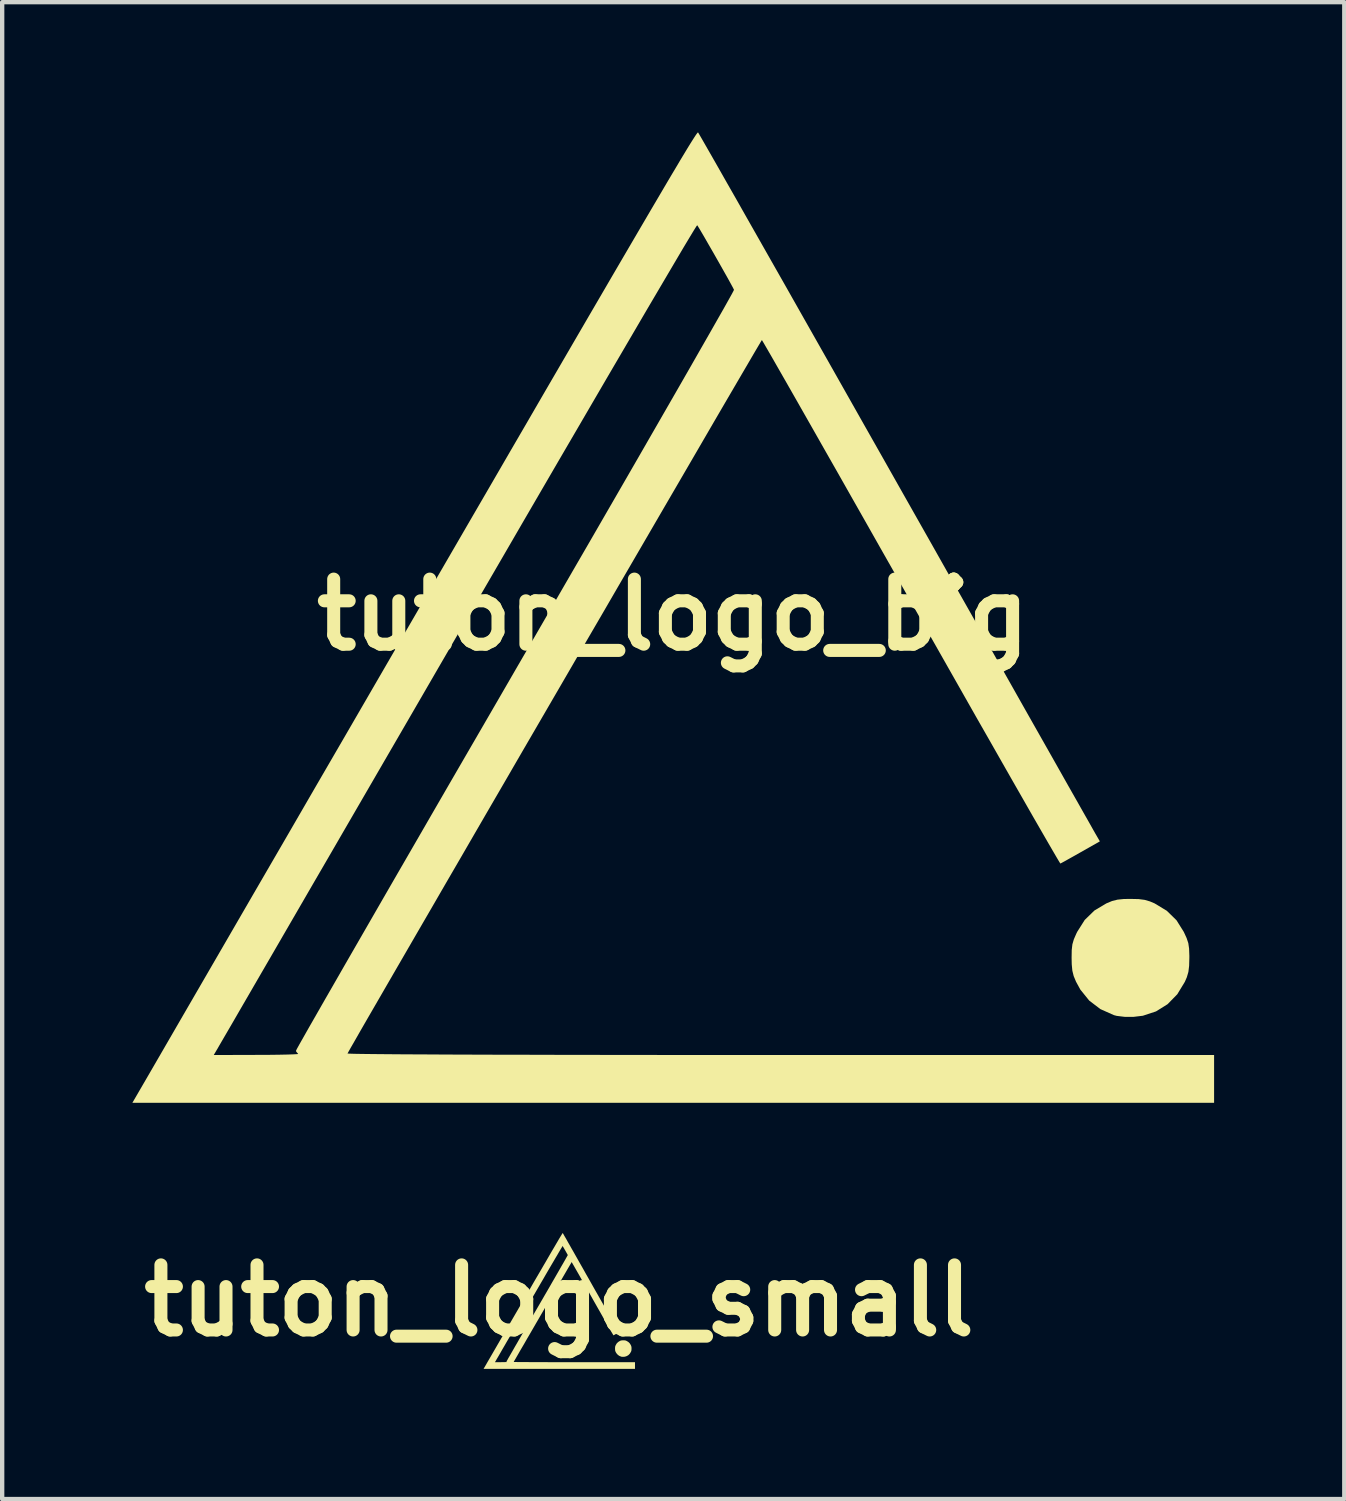
<source format=kicad_pcb>
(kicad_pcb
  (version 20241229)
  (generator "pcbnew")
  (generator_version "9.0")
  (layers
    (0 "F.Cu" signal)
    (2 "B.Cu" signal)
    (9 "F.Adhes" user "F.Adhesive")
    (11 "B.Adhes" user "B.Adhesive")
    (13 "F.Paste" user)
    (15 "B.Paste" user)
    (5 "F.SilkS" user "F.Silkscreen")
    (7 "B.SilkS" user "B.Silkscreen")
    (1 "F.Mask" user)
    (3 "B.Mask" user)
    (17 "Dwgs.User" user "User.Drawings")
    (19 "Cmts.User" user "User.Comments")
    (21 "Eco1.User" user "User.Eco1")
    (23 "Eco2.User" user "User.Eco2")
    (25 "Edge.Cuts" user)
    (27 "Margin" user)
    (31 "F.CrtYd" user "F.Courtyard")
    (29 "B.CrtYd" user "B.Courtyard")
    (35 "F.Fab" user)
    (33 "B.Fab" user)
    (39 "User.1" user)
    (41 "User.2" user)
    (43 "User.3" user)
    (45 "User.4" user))
  (footprint "tuton_logo_big"
    (layer "F.Cu")
    (at 12.46 11.115)
    (property "Reference" "tuton_logo_big" (at 0 0 0) (layer "F.SilkS") (effects (font (size 1.5 1.5) (thickness 0.3))))
    (attr board_only exclude_from_pos_files exclude_from_bom)
    (fp_poly (pts (xy 10.724 6.551) (xy 10.864 6.569) (xy 10.987 6.605) (xy 11.093 6.65) (xy 11.374 6.82) (xy 11.598 7.039) (xy 11.766 7.307) (xy 11.831 7.449) (xy 11.87 7.566) (xy 11.888 7.691) (xy 11.894 7.855) (xy 11.894 7.902) (xy 11.889 8.089) (xy 11.872 8.229) (xy 11.836 8.352) (xy 11.79 8.458) (xy 11.616 8.744) (xy 11.392 8.973) (xy 11.126 9.139) (xy 10.823 9.239) (xy 10.605 9.265) (xy 10.4 9.264) (xy 10.221 9.242) (xy 10.156 9.225) (xy 9.844 9.086) (xy 9.587 8.89) (xy 9.382 8.636) (xy 9.283 8.455) (xy 9.229 8.325) (xy 9.198 8.201) (xy 9.184 8.053) (xy 9.181 7.902) (xy 9.184 7.724) (xy 9.199 7.593) (xy 9.233 7.477) (xy 9.291 7.344) (xy 9.309 7.307) (xy 9.483 7.032) (xy 9.707 6.814) (xy 9.982 6.65) (xy 10.114 6.595) (xy 10.238 6.564) (xy 10.385 6.549) (xy 10.537 6.547)) (stroke (width 0) (type solid)) (fill yes) (layer "F.SilkS"))
    (fp_poly (pts (xy 0.574 -11.114) (xy 0.597 -11.076) (xy 0.657 -10.973) (xy 0.752 -10.807) (xy 0.881 -10.582) (xy 1.042 -10.3) (xy 1.232 -9.965) (xy 1.452 -9.58) (xy 1.697 -9.147) (xy 1.968 -8.67) (xy 2.262 -8.152) (xy 2.578 -7.596) (xy 2.913 -7.004) (xy 3.266 -6.381) (xy 3.636 -5.728) (xy 4.02 -5.049) (xy 4.417 -4.347) (xy 4.826 -3.625) (xy 5.13 -3.087) (xy 5.547 -2.35) (xy 5.954 -1.631) (xy 6.349 -0.931) (xy 6.732 -0.255) (xy 7.1 0.395) (xy 7.451 1.016) (xy 7.784 1.605) (xy 8.096 2.158) (xy 8.387 2.672) (xy 8.655 3.145) (xy 8.897 3.573) (xy 9.112 3.954) (xy 9.299 4.283) (xy 9.455 4.559) (xy 9.579 4.777) (xy 9.668 4.935) (xy 9.722 5.031) (xy 9.738 5.058) (xy 9.832 5.221) (xy 9.391 5.471) (xy 9.223 5.566) (xy 9.08 5.646) (xy 8.977 5.703) (xy 8.925 5.731) (xy 8.923 5.732) (xy 8.901 5.7) (xy 8.843 5.602) (xy 8.75 5.443) (xy 8.624 5.226) (xy 8.467 4.954) (xy 8.281 4.631) (xy 8.069 4.26) (xy 7.831 3.844) (xy 7.571 3.388) (xy 7.29 2.894) (xy 6.989 2.367) (xy 6.672 1.808) (xy 6.34 1.223) (xy 5.994 0.613) (xy 5.638 -0.016) (xy 5.481 -0.293) (xy 5.12 -0.931) (xy 4.769 -1.549) (xy 4.431 -2.146) (xy 4.107 -2.717) (xy 3.8 -3.259) (xy 3.51 -3.768) (xy 3.241 -4.242) (xy 2.994 -4.676) (xy 2.771 -5.068) (xy 2.574 -5.413) (xy 2.405 -5.708) (xy 2.266 -5.951) (xy 2.159 -6.136) (xy 2.086 -6.262) (xy 2.049 -6.324) (xy 2.045 -6.33) (xy 2.024 -6.297) (xy 1.966 -6.199) (xy 1.872 -6.04) (xy 1.746 -5.824) (xy 1.588 -5.554) (xy 1.401 -5.234) (xy 1.187 -4.868) (xy 0.948 -4.458) (xy 0.687 -4.009) (xy 0.405 -3.524) (xy 0.104 -3.007) (xy -0.214 -2.461) (xy -0.546 -1.89) (xy -0.891 -1.297) (xy -1.246 -0.687) (xy -1.609 -0.061) (xy -1.979 0.574) (xy -2.352 1.218) (xy -2.728 1.865) (xy -3.104 2.512) (xy -3.478 3.155) (xy -3.847 3.792) (xy -4.211 4.418) (xy -4.566 5.03) (xy -4.91 5.624) (xy -5.243 6.197) (xy -5.56 6.745) (xy -5.862 7.265) (xy -6.144 7.752) (xy -6.406 8.204) (xy -6.645 8.617) (xy -6.859 8.987) (xy -7.046 9.31) (xy -7.204 9.584) (xy -7.33 9.805) (xy -7.424 9.968) (xy -7.482 10.071) (xy -7.503 10.109) (xy -7.466 10.112) (xy -7.352 10.116) (xy -7.165 10.119) (xy -6.906 10.122) (xy -6.579 10.125) (xy -6.186 10.128) (xy -5.729 10.13) (xy -5.212 10.133) (xy -4.635 10.135) (xy -4.003 10.137) (xy -3.317 10.138) (xy -2.58 10.14) (xy -1.794 10.141) (xy -0.963 10.142) (xy -0.088 10.143) (xy 0.828 10.144) (xy 1.783 10.144) (xy 2.474 10.144) (xy 12.464 10.144) (xy 12.464 10.695) (xy 12.464 11.245) (xy 0.002 11.245) (xy -12.46 11.245) (xy -12.098 10.622) (xy -11.821 10.144) (xy -10.585 10.144) (xy -9.588 10.141) (xy -9.32 10.14) (xy -9.084 10.137) (xy -8.888 10.133) (xy -8.743 10.128) (xy -8.658 10.123) (xy -8.64 10.118) (xy -8.685 10.066) (xy -8.689 10.043) (xy -8.67 10.004) (xy -8.613 9.901) (xy -8.519 9.735) (xy -8.391 9.509) (xy -8.23 9.228) (xy -8.038 8.892) (xy -7.816 8.506) (xy -7.567 8.072) (xy -7.291 7.593) (xy -6.99 7.071) (xy -6.667 6.51) (xy -6.322 5.913) (xy -5.957 5.282) (xy -5.575 4.621) (xy -5.176 3.931) (xy -4.762 3.217) (xy -4.335 2.481) (xy -3.897 1.725) (xy -3.635 1.272) (xy -3.191 0.507) (xy -2.758 -0.241) (xy -2.337 -0.969) (xy -1.929 -1.673) (xy -1.538 -2.35) (xy -1.163 -2.999) (xy -0.807 -3.616) (xy -0.472 -4.198) (xy -0.159 -4.742) (xy 0.131 -5.246) (xy 0.395 -5.706) (xy 0.632 -6.121) (xy 0.841 -6.486) (xy 1.019 -6.799) (xy 1.166 -7.057) (xy 1.278 -7.257) (xy 1.356 -7.397) (xy 1.396 -7.474) (xy 1.402 -7.488) (xy 1.376 -7.54) (xy 1.319 -7.645) (xy 1.237 -7.793) (xy 1.137 -7.97) (xy 1.028 -8.163) (xy 0.915 -8.361) (xy 0.806 -8.55) (xy 0.709 -8.719) (xy 0.629 -8.855) (xy 0.575 -8.945) (xy 0.554 -8.976) (xy 0.532 -8.945) (xy 0.472 -8.849) (xy 0.376 -8.69) (xy 0.245 -8.472) (xy 0.082 -8.196) (xy -0.113 -7.865) (xy -0.338 -7.483) (xy -0.592 -7.052) (xy -0.871 -6.575) (xy -1.176 -6.054) (xy -1.505 -5.492) (xy -1.855 -4.892) (xy -2.225 -4.257) (xy -2.615 -3.589) (xy -3.021 -2.891) (xy -3.443 -2.166) (xy -3.878 -1.416) (xy -4.326 -0.645) (xy -4.785 0.146) (xy -4.956 0.441) (xy -5.419 1.239) (xy -5.872 2.021) (xy -6.314 2.783) (xy -6.743 3.522) (xy -7.157 4.236) (xy -7.555 4.922) (xy -7.934 5.576) (xy -8.295 6.197) (xy -8.634 6.782) (xy -8.95 7.327) (xy -9.242 7.831) (xy -9.508 8.289) (xy -9.746 8.7) (xy -9.955 9.06) (xy -10.133 9.368) (xy -10.279 9.619) (xy -10.391 9.811) (xy -10.467 9.942) (xy -10.505 10.009) (xy -10.51 10.016) (xy -10.585 10.144) (xy -11.821 10.144) (xy -11.246 9.151) (xy -10.432 7.747) (xy -9.656 6.408) (xy -8.916 5.133) (xy -8.213 3.919) (xy -7.544 2.767) (xy -6.91 1.673) (xy -6.309 0.637) (xy -5.74 -0.343) (xy -5.203 -1.269) (xy -4.697 -2.141) (xy -4.22 -2.962) (xy -3.773 -3.733) (xy -3.353 -4.455) (xy -2.961 -5.131) (xy -2.595 -5.76) (xy -2.254 -6.346) (xy -1.938 -6.889) (xy -1.645 -7.391) (xy -1.376 -7.853) (xy -1.128 -8.277) (xy -0.901 -8.665) (xy -0.695 -9.017) (xy -0.508 -9.336) (xy -0.339 -9.623) (xy -0.188 -9.88) (xy -0.054 -10.107) (xy 0.065 -10.306) (xy 0.168 -10.48) (xy 0.258 -10.629) (xy 0.334 -10.755) (xy 0.398 -10.859) (xy 0.451 -10.943) (xy 0.493 -11.009) (xy 0.525 -11.057) (xy 0.549 -11.09) (xy 0.564 -11.108) (xy 0.573 -11.115)) (stroke (width 0) (type solid)) (fill yes) (layer "F.SilkS")))
  (footprint "tuton_logo_small"
    (layer "F.Cu")
    (at 9.836 26.916)
    (property "Reference" "tuton_logo_small" (at 0 0 0) (layer "F.SilkS") (effects (font (size 1.5 1.5) (thickness 0.3))))
    (attr board_only exclude_from_pos_files exclude_from_bom)
    (fp_poly (pts (xy 1.501 0.917) (xy 1.521 0.919) (xy 1.538 0.925) (xy 1.553 0.931) (xy 1.592 0.955) (xy 1.623 0.985) (xy 1.647 1.023) (xy 1.656 1.043) (xy 1.661 1.059) (xy 1.664 1.077) (xy 1.665 1.1) (xy 1.665 1.106) (xy 1.664 1.132) (xy 1.662 1.152) (xy 1.657 1.169) (xy 1.65 1.184) (xy 1.626 1.224) (xy 1.595 1.256) (xy 1.557 1.279) (xy 1.515 1.293) (xy 1.484 1.297) (xy 1.456 1.297) (xy 1.431 1.294) (xy 1.422 1.291) (xy 1.378 1.272) (xy 1.342 1.244) (xy 1.313 1.209) (xy 1.299 1.184) (xy 1.292 1.165) (xy 1.287 1.148) (xy 1.286 1.127) (xy 1.285 1.106) (xy 1.286 1.081) (xy 1.288 1.063) (xy 1.292 1.047) (xy 1.301 1.028) (xy 1.303 1.023) (xy 1.327 0.984) (xy 1.359 0.954) (xy 1.397 0.931) (xy 1.416 0.923) (xy 1.433 0.919) (xy 1.454 0.917) (xy 1.475 0.916)) (stroke (width 0) (type solid)) (fill yes) (layer "F.SilkS"))
    (fp_poly (pts (xy 0.08 -1.556) (xy 0.084 -1.55) (xy 0.092 -1.536) (xy 0.105 -1.513) (xy 0.123 -1.481) (xy 0.146 -1.442) (xy 0.173 -1.395) (xy 0.203 -1.341) (xy 0.238 -1.28) (xy 0.275 -1.214) (xy 0.317 -1.141) (xy 0.361 -1.063) (xy 0.408 -0.98) (xy 0.457 -0.893) (xy 0.509 -0.802) (xy 0.563 -0.707) (xy 0.618 -0.608) (xy 0.676 -0.507) (xy 0.718 -0.432) (xy 0.776 -0.329) (xy 0.833 -0.228) (xy 0.889 -0.13) (xy 0.942 -0.036) (xy 0.994 0.055) (xy 1.043 0.142) (xy 1.09 0.225) (xy 1.133 0.302) (xy 1.174 0.374) (xy 1.212 0.44) (xy 1.245 0.5) (xy 1.276 0.553) (xy 1.302 0.6) (xy 1.323 0.638) (xy 1.341 0.669) (xy 1.353 0.691) (xy 1.361 0.704) (xy 1.363 0.708) (xy 1.376 0.731) (xy 1.314 0.766) (xy 1.291 0.779) (xy 1.271 0.79) (xy 1.257 0.798) (xy 1.249 0.802) (xy 1.249 0.802) (xy 1.246 0.798) (xy 1.238 0.784) (xy 1.225 0.762) (xy 1.207 0.732) (xy 1.185 0.693) (xy 1.159 0.648) (xy 1.129 0.596) (xy 1.096 0.538) (xy 1.06 0.474) (xy 1.02 0.405) (xy 0.978 0.331) (xy 0.934 0.253) (xy 0.887 0.171) (xy 0.839 0.086) (xy 0.789 -0.002) (xy 0.767 -0.041) (xy 0.717 -0.13) (xy 0.668 -0.217) (xy 0.62 -0.3) (xy 0.575 -0.38) (xy 0.532 -0.456) (xy 0.491 -0.528) (xy 0.454 -0.594) (xy 0.419 -0.655) (xy 0.388 -0.709) (xy 0.36 -0.758) (xy 0.337 -0.799) (xy 0.317 -0.833) (xy 0.302 -0.859) (xy 0.292 -0.877) (xy 0.287 -0.885) (xy 0.286 -0.886) (xy 0.283 -0.881) (xy 0.275 -0.868) (xy 0.262 -0.845) (xy 0.244 -0.815) (xy 0.222 -0.777) (xy 0.196 -0.733) (xy 0.166 -0.681) (xy 0.133 -0.624) (xy 0.096 -0.561) (xy 0.057 -0.493) (xy 0.014 -0.421) (xy -0.03 -0.344) (xy -0.076 -0.265) (xy -0.125 -0.182) (xy -0.174 -0.096) (xy -0.225 -0.009) (xy -0.277 0.08) (xy -0.329 0.17) (xy -0.382 0.261) (xy -0.435 0.352) (xy -0.487 0.442) (xy -0.539 0.531) (xy -0.589 0.618) (xy -0.639 0.704) (xy -0.687 0.787) (xy -0.734 0.867) (xy -0.778 0.944) (xy -0.82 1.017) (xy -0.86 1.085) (xy -0.897 1.148) (xy -0.93 1.206) (xy -0.96 1.258) (xy -0.986 1.303) (xy -1.008 1.342) (xy -1.026 1.372) (xy -1.039 1.395) (xy -1.047 1.41) (xy -1.05 1.415) (xy -1.045 1.416) (xy -1.029 1.416) (xy -1.003 1.416) (xy -0.967 1.417) (xy -0.921 1.417) (xy -0.866 1.418) (xy -0.802 1.418) (xy -0.73 1.418) (xy -0.649 1.419) (xy -0.56 1.419) (xy -0.464 1.419) (xy -0.361 1.419) (xy -0.251 1.42) (xy -0.135 1.42) (xy -0.012 1.42) (xy 0.116 1.42) (xy 0.25 1.42) (xy 0.346 1.42) (xy 1.745 1.42) (xy 1.745 1.497) (xy 1.745 1.574) (xy 0.000317 1.574) (xy -1.744 1.574) (xy -1.693 1.487) (xy -1.655 1.42) (xy -1.482 1.42) (xy -1.342 1.42) (xy -1.305 1.419) (xy -1.272 1.419) (xy -1.244 1.418) (xy -1.224 1.418) (xy -1.212 1.417) (xy -1.209 1.416) (xy -1.216 1.409) (xy -1.216 1.406) (xy -1.214 1.4) (xy -1.206 1.386) (xy -1.192 1.363) (xy -1.175 1.331) (xy -1.152 1.292) (xy -1.125 1.245) (xy -1.094 1.191) (xy -1.059 1.13) (xy -1.021 1.063) (xy -0.978 0.99) (xy -0.933 0.911) (xy -0.885 0.828) (xy -0.834 0.739) (xy -0.78 0.647) (xy -0.724 0.55) (xy -0.667 0.45) (xy -0.607 0.347) (xy -0.546 0.241) (xy -0.509 0.178) (xy -0.447 0.071) (xy -0.386 -0.034) (xy -0.327 -0.136) (xy -0.27 -0.234) (xy -0.215 -0.329) (xy -0.163 -0.42) (xy -0.113 -0.506) (xy -0.066 -0.588) (xy -0.022 -0.664) (xy 0.018 -0.734) (xy 0.055 -0.799) (xy 0.089 -0.857) (xy 0.118 -0.908) (xy 0.143 -0.952) (xy 0.163 -0.988) (xy 0.179 -1.016) (xy 0.19 -1.035) (xy 0.195 -1.046) (xy 0.196 -1.048) (xy 0.193 -1.055) (xy 0.185 -1.07) (xy 0.173 -1.091) (xy 0.159 -1.116) (xy 0.144 -1.143) (xy 0.128 -1.17) (xy 0.113 -1.197) (xy 0.099 -1.22) (xy 0.088 -1.239) (xy 0.08 -1.252) (xy 0.078 -1.256) (xy 0.074 -1.252) (xy 0.066 -1.239) (xy 0.053 -1.216) (xy 0.034 -1.186) (xy 0.011 -1.147) (xy -0.016 -1.101) (xy -0.047 -1.047) (xy -0.083 -0.987) (xy -0.122 -0.92) (xy -0.165 -0.847) (xy -0.211 -0.769) (xy -0.26 -0.685) (xy -0.312 -0.596) (xy -0.366 -0.502) (xy -0.423 -0.405) (xy -0.482 -0.303) (xy -0.543 -0.198) (xy -0.606 -0.09) (xy -0.67 0.02) (xy -0.694 0.062) (xy -0.759 0.173) (xy -0.822 0.283) (xy -0.884 0.39) (xy -0.944 0.493) (xy -1.002 0.593) (xy -1.057 0.689) (xy -1.111 0.781) (xy -1.161 0.868) (xy -1.209 0.949) (xy -1.253 1.026) (xy -1.294 1.096) (xy -1.331 1.16) (xy -1.364 1.218) (xy -1.393 1.268) (xy -1.418 1.311) (xy -1.439 1.346) (xy -1.454 1.373) (xy -1.465 1.392) (xy -1.471 1.401) (xy -1.471 1.402) (xy -1.482 1.42) (xy -1.655 1.42) (xy -1.574 1.281) (xy -1.46 1.084) (xy -1.352 0.897) (xy -1.248 0.718) (xy -1.15 0.549) (xy -1.056 0.387) (xy -0.967 0.234) (xy -0.883 0.089) (xy -0.804 -0.048) (xy -0.728 -0.178) (xy -0.657 -0.3) (xy -0.591 -0.415) (xy -0.528 -0.523) (xy -0.469 -0.624) (xy -0.414 -0.718) (xy -0.363 -0.806) (xy -0.315 -0.888) (xy -0.271 -0.964) (xy -0.23 -1.035) (xy -0.193 -1.099) (xy -0.158 -1.159) (xy -0.126 -1.213) (xy -0.097 -1.262) (xy -0.071 -1.307) (xy -0.047 -1.347) (xy -0.026 -1.383) (xy -0.008 -1.415) (xy 0.009 -1.443) (xy 0.024 -1.467) (xy 0.036 -1.488) (xy 0.047 -1.505) (xy 0.056 -1.52) (xy 0.063 -1.532) (xy 0.069 -1.541) (xy 0.074 -1.548) (xy 0.077 -1.552) (xy 0.079 -1.555) (xy 0.08 -1.556)) (stroke (width 0) (type solid)) (fill yes) (layer "F.SilkS")))
  (gr_rect
    (start -3 -3)
    (end 27.924 31.49)
    (stroke (width 0.1) (type default))
    (fill no)
    (layer "Edge.Cuts")))
</source>
